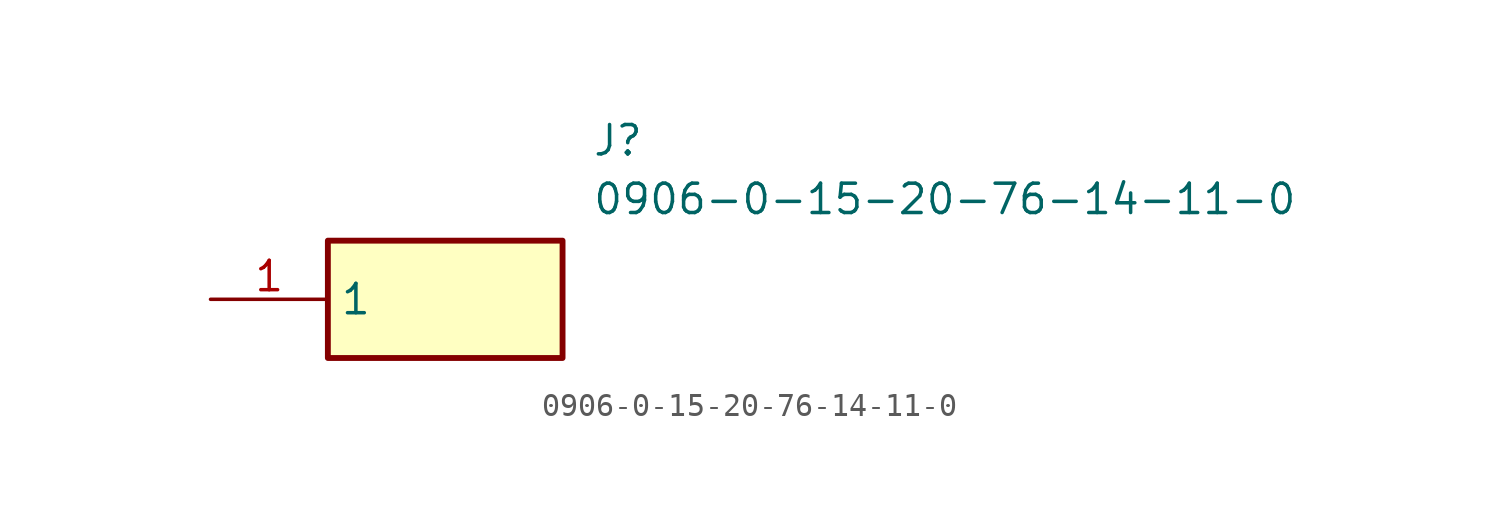
<source format=kicad_sym>
(kicad_symbol_lib
  (version 20211014)
  (generator SamacSys_ECAD_Model)
  (symbol "0906-0-15-20-76-14-11-0"
    (property "Reference" "J"
      (at 16.51 7.62 0)
      (effects (font (size 1.27 1.27)) (justify left top)))
    (property "Value" "0906-0-15-20-76-14-11-0"
      (at 16.51 5.08 0)
      (effects (font (size 1.27 1.27)) (justify left top)))
    (rectangle
      (start 5.08 2.54)
      (end 15.24 -2.54)
      (stroke (width 0.254) (type default))
      (fill (type background)))
    (pin passive line
      (at 0 0 0)
      (length 5.08)
      (name "1" (effects (font (size 1.27 1.27))))
      (number "1" (effects (font (size 1.27 1.27)))))))
</source>
